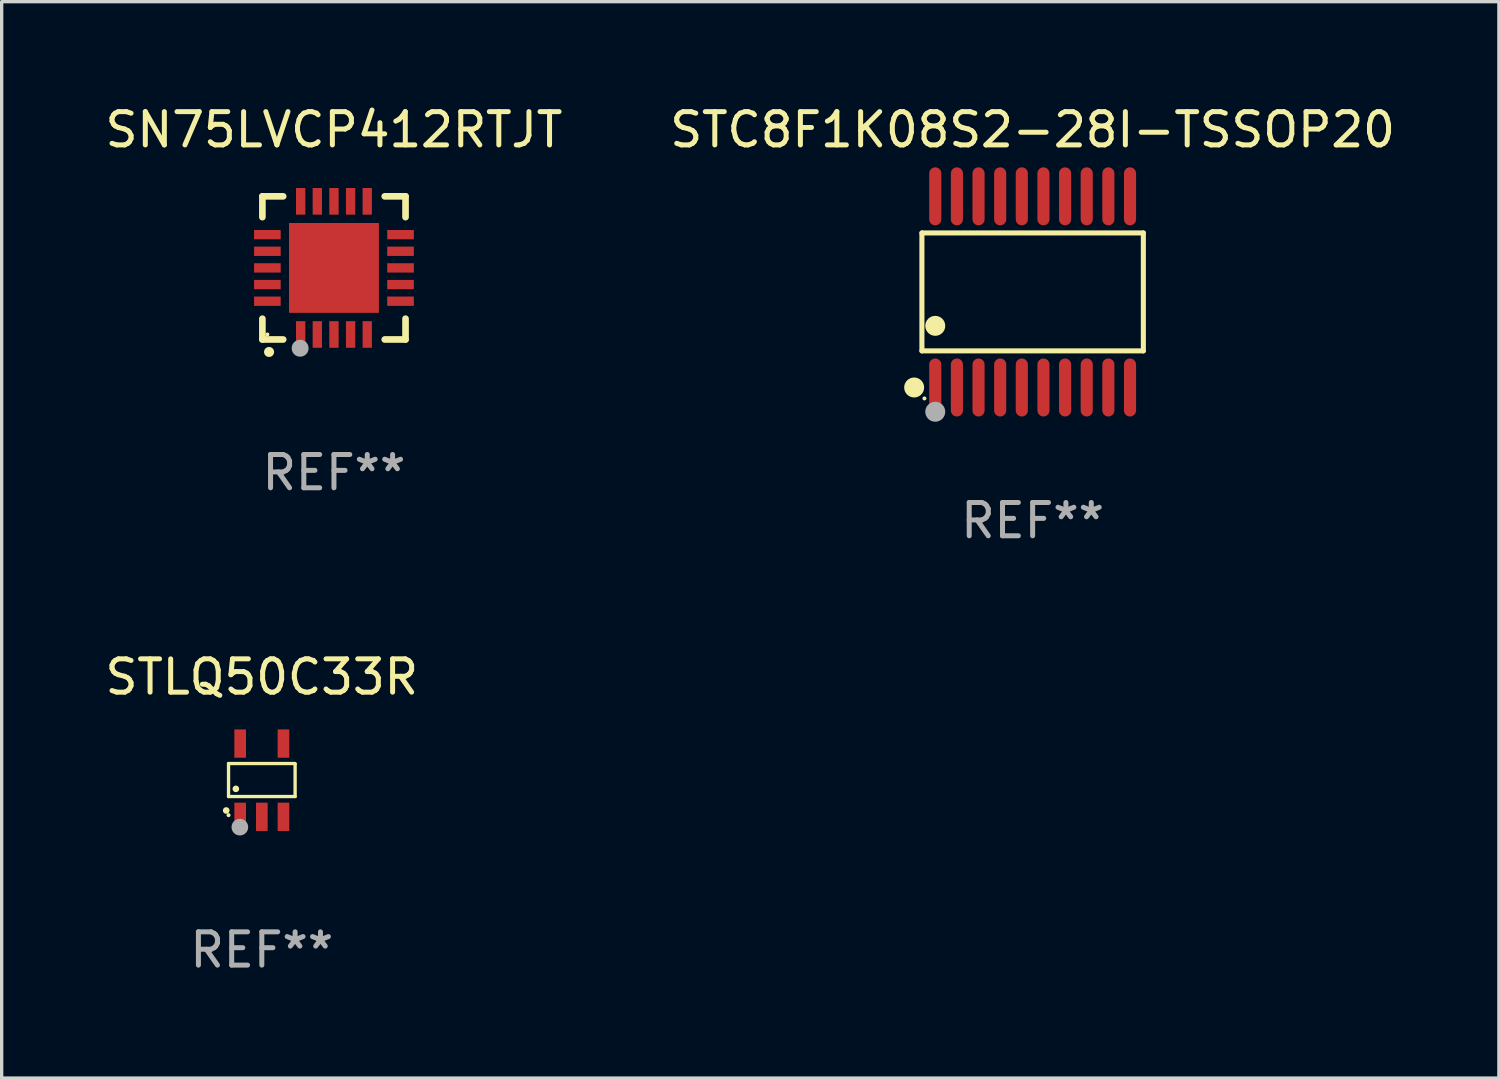
<source format=kicad_pcb>
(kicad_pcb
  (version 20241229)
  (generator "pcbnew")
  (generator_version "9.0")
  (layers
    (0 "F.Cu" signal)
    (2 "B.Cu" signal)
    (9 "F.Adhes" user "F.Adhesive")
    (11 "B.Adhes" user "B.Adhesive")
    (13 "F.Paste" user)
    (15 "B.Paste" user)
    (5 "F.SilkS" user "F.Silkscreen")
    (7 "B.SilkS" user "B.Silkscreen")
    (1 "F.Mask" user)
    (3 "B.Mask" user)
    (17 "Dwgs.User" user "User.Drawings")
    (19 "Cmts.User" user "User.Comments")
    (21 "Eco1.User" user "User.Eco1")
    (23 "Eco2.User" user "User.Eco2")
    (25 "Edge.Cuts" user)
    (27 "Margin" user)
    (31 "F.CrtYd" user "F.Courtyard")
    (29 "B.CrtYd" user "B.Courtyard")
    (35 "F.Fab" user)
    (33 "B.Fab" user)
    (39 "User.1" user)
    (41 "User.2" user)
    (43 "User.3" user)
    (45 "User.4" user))
  (footprint "STLQ50C33R"
    (layer "F.Cu")
    (at 4.815 20.387)
    (property "Reference" "STLQ50C33R" (at 0 -3.1 0) (layer "F.SilkS") (effects (font (size 1 1) (thickness 0.15))))
    (attr through_hole)
    (fp_line (start -1 -0.5) (end -1 0.49) (stroke (width 0.1) (type solid)) (layer "F.SilkS"))
    (fp_line (start -1 0.49) (end 1 0.49) (stroke (width 0.1) (type solid)) (layer "F.SilkS"))
    (fp_line (start 0.99 -0.5) (end -1 -0.5) (stroke (width 0.1) (type solid)) (layer "F.SilkS"))
    (fp_line (start 1 -0.49) (end 0.99 -0.5) (stroke (width 0.1) (type solid)) (layer "F.SilkS"))
    (fp_line (start 1 0.49) (end 1 -0.49) (stroke (width 0.1) (type solid)) (layer "F.SilkS"))
    (fp_circle (center -1.07 0.91) (end -1.02 0.91) (stroke (width 0.1) (type solid)) (fill no) (layer "F.SilkS"))
    (fp_circle (center -1 1.05) (end -0.97 1.05) (stroke (width 0.06) (type solid)) (fill no) (layer "F.SilkS"))
    (fp_circle (center -0.78 0.26) (end -0.73 0.26) (stroke (width 0.1) (type solid)) (fill no) (layer "F.SilkS"))
    (fp_circle (center -0.66 1.41) (end -0.535 1.41) (stroke (width 0.25) (type solid)) (fill no) (layer "F.Fab"))
    (fp_text user "REF**" (at 0 5.1 0) (layer "F.Fab") (effects (font (size 1 1) (thickness 0.15))))
    (pad "1" smd rect (at -0.65 1.1) (size 0.35 0.85) (layers "F.Cu" "F.Mask" "F.Paste"))
    (pad "2" smd rect (at 0.000051 1.1) (size 0.35 0.85) (layers "F.Cu" "F.Mask" "F.Paste"))
    (pad "3" smd rect (at 0.65 1.1) (size 0.35 0.85) (layers "F.Cu" "F.Mask" "F.Paste"))
    (pad "4" smd rect (at 0.65 -1.1) (size 0.35 0.85) (layers "F.Cu" "F.Mask" "F.Paste"))
    (pad "5" smd rect (at -0.65 -1.1) (size 0.35 0.85) (layers "F.Cu" "F.Mask" "F.Paste")))
  (footprint "SN75LVCP412RTJT"
    (layer "F.Cu")
    (at 6.982 4.998)
    (property "Reference" "SN75LVCP412RTJT" (at 0 -4.15 0) (layer "F.SilkS") (effects (font (size 1 1) (thickness 0.15))))
    (attr through_hole)
    (fp_line (start -2.15 -2.15) (end -2.15 -1.525) (stroke (width 0.2) (type solid)) (layer "F.SilkS"))
    (fp_line (start -2.15 2.15) (end -2.15 1.525) (stroke (width 0.2) (type solid)) (layer "F.SilkS"))
    (fp_line (start -1.525 -2.15) (end -2.15 -2.15) (stroke (width 0.2) (type solid)) (layer "F.SilkS"))
    (fp_line (start -1.525 2.15) (end -2.15 2.15) (stroke (width 0.2) (type solid)) (layer "F.SilkS"))
    (fp_line (start 1.525 2.15) (end 2.15 2.15) (stroke (width 0.2) (type solid)) (layer "F.SilkS"))
    (fp_line (start 2.15 -2.15) (end 1.525 -2.15) (stroke (width 0.2) (type solid)) (layer "F.SilkS"))
    (fp_line (start 2.15 -1.525) (end 2.15 -2.15) (stroke (width 0.2) (type solid)) (layer "F.SilkS"))
    (fp_line (start 2.15 2.15) (end 2.15 1.525) (stroke (width 0.2) (type solid)) (layer "F.SilkS"))
    (fp_arc (start -1.950724 2.524765) (mid -1.949454 2.52476) (end -1.948184 2.524765) (stroke (width 0.3) (type solid)) (layer "F.SilkS"))
    (fp_circle (center -2 2) (end -1.97 2) (stroke (width 0.06) (type solid)) (fill no) (layer "F.SilkS"))
    (fp_circle (center -1.016 2.413) (end -0.889 2.413) (stroke (width 0.254) (type solid)) (fill no) (layer "F.Fab"))
    (fp_text user "REF**" (at 0 6.15 0) (layer "F.Fab") (effects (font (size 1 1) (thickness 0.15))))
    (pad "1" smd rect (at -1 2) (size 0.28 0.8) (layers "F.Cu" "F.Mask" "F.Paste"))
    (pad "2" smd rect (at -0.5 2) (size 0.28 0.8) (layers "F.Cu" "F.Mask" "F.Paste"))
    (pad "3" smd rect (at 0 2) (size 0.28 0.8) (layers "F.Cu" "F.Mask" "F.Paste"))
    (pad "4" smd rect (at 0.5 2) (size 0.28 0.8) (layers "F.Cu" "F.Mask" "F.Paste"))
    (pad "5" smd rect (at 1 2) (size 0.28 0.8) (layers "F.Cu" "F.Mask" "F.Paste"))
    (pad "6" smd rect (at 2 1) (size 0.8 0.28) (layers "F.Cu" "F.Mask" "F.Paste"))
    (pad "7" smd rect (at 2 0.5) (size 0.8 0.28) (layers "F.Cu" "F.Mask" "F.Paste"))
    (pad "8" smd rect (at 2 0) (size 0.8 0.28) (layers "F.Cu" "F.Mask" "F.Paste"))
    (pad "9" smd rect (at 2 -0.5) (size 0.8 0.28) (layers "F.Cu" "F.Mask" "F.Paste"))
    (pad "10" smd rect (at 2 -1) (size 0.8 0.28) (layers "F.Cu" "F.Mask" "F.Paste"))
    (pad "11" smd rect (at 1 -2) (size 0.28 0.8) (layers "F.Cu" "F.Mask" "F.Paste"))
    (pad "12" smd rect (at 0.5 -2) (size 0.28 0.8) (layers "F.Cu" "F.Mask" "F.Paste"))
    (pad "13" smd rect (at 0 -2) (size 0.28 0.8) (layers "F.Cu" "F.Mask" "F.Paste"))
    (pad "14" smd rect (at -0.5 -2) (size 0.28 0.8) (layers "F.Cu" "F.Mask" "F.Paste"))
    (pad "15" smd rect (at -1 -2) (size 0.28 0.8) (layers "F.Cu" "F.Mask" "F.Paste"))
    (pad "16" smd rect (at -2 -1) (size 0.8 0.28) (layers "F.Cu" "F.Mask" "F.Paste"))
    (pad "17" smd rect (at -2 -0.5) (size 0.8 0.28) (layers "F.Cu" "F.Mask" "F.Paste"))
    (pad "18" smd rect (at -2 0) (size 0.8 0.28) (layers "F.Cu" "F.Mask" "F.Paste"))
    (pad "19" smd rect (at -2 0.5) (size 0.8 0.28) (layers "F.Cu" "F.Mask" "F.Paste"))
    (pad "20" smd rect (at -2 1) (size 0.8 0.28) (layers "F.Cu" "F.Mask" "F.Paste"))
    (pad "21" smd rect (at 0 0) (size 2.7 2.7) (layers "F.Cu" "F.Mask" "F.Paste")))
  (footprint "STC8F1K08S2-28I-TSSOP20"
    (layer "F.Cu")
    (at 27.97 5.719)
    (property "Reference" "STC8F1K08S2-28I-TSSOP20" (at 0 -4.871 0) (layer "F.SilkS") (effects (font (size 1 1) (thickness 0.15))))
    (attr through_hole)
    (fp_line (start -3.326 -1.771) (end 3.326 -1.771) (stroke (width 0.152) (type solid)) (layer "F.SilkS"))
    (fp_line (start -3.326 1.771) (end -3.326 -1.771) (stroke (width 0.152) (type solid)) (layer "F.SilkS"))
    (fp_line (start 3.326 -1.771) (end 3.326 1.771) (stroke (width 0.152) (type solid)) (layer "F.SilkS"))
    (fp_line (start 3.326 1.771) (end -3.326 1.771) (stroke (width 0.152) (type solid)) (layer "F.SilkS"))
    (fp_circle (center -3.559 2.871) (end -3.409 2.871) (stroke (width 0.3) (type solid)) (fill no) (layer "F.SilkS"))
    (fp_circle (center -3.25 3.2) (end -3.22 3.2) (stroke (width 0.06) (type solid)) (fill no) (layer "F.SilkS"))
    (fp_circle (center -2.925 1.019) (end -2.775 1.019) (stroke (width 0.3) (type solid)) (fill no) (layer "F.SilkS"))
    (fp_circle (center -2.925 3.6) (end -2.775 3.6) (stroke (width 0.3) (type solid)) (fill no) (layer "F.Fab"))
    (fp_text user "REF**" (at 0 6.871 0) (layer "F.Fab") (effects (font (size 1 1) (thickness 0.15))))
    (pad "1" smd oval (at -2.925 2.871) (size 0.364 1.742) (layers "F.Cu" "F.Mask" "F.Paste"))
    (pad "2" smd oval (at -2.275 2.871) (size 0.364 1.742) (layers "F.Cu" "F.Mask" "F.Paste"))
    (pad "3" smd oval (at -1.625 2.871) (size 0.364 1.742) (layers "F.Cu" "F.Mask" "F.Paste"))
    (pad "4" smd oval (at -0.975 2.871) (size 0.364 1.742) (layers "F.Cu" "F.Mask" "F.Paste"))
    (pad "5" smd oval (at -0.325 2.871) (size 0.364 1.742) (layers "F.Cu" "F.Mask" "F.Paste"))
    (pad "6" smd oval (at 0.325 2.871) (size 0.364 1.742) (layers "F.Cu" "F.Mask" "F.Paste"))
    (pad "7" smd oval (at 0.975 2.871) (size 0.364 1.742) (layers "F.Cu" "F.Mask" "F.Paste"))
    (pad "8" smd oval (at 1.625 2.871) (size 0.364 1.742) (layers "F.Cu" "F.Mask" "F.Paste"))
    (pad "9" smd oval (at 2.275 2.871) (size 0.364 1.742) (layers "F.Cu" "F.Mask" "F.Paste"))
    (pad "10" smd oval (at 2.925 2.871) (size 0.364 1.742) (layers "F.Cu" "F.Mask" "F.Paste"))
    (pad "11" smd oval (at 2.925 -2.871) (size 0.364 1.742) (layers "F.Cu" "F.Mask" "F.Paste"))
    (pad "12" smd oval (at 2.275 -2.871) (size 0.364 1.742) (layers "F.Cu" "F.Mask" "F.Paste"))
    (pad "13" smd oval (at 1.625 -2.871) (size 0.364 1.742) (layers "F.Cu" "F.Mask" "F.Paste"))
    (pad "14" smd oval (at 0.975 -2.871) (size 0.364 1.742) (layers "F.Cu" "F.Mask" "F.Paste"))
    (pad "15" smd oval (at 0.325 -2.871) (size 0.364 1.742) (layers "F.Cu" "F.Mask" "F.Paste"))
    (pad "16" smd oval (at -0.325 -2.871) (size 0.364 1.742) (layers "F.Cu" "F.Mask" "F.Paste"))
    (pad "17" smd oval (at -0.975 -2.871) (size 0.364 1.742) (layers "F.Cu" "F.Mask" "F.Paste"))
    (pad "18" smd oval (at -1.625 -2.871) (size 0.364 1.742) (layers "F.Cu" "F.Mask" "F.Paste"))
    (pad "19" smd oval (at -2.275 -2.871) (size 0.364 1.742) (layers "F.Cu" "F.Mask" "F.Paste"))
    (pad "20" smd oval (at -2.925 -2.871) (size 0.364 1.742) (layers "F.Cu" "F.Mask" "F.Paste")))
  (gr_rect
    (start -3 -3)
    (end 41.976 29.335)
    (stroke (width 0.1) (type default))
    (fill no)
    (layer "Edge.Cuts")))
</source>
